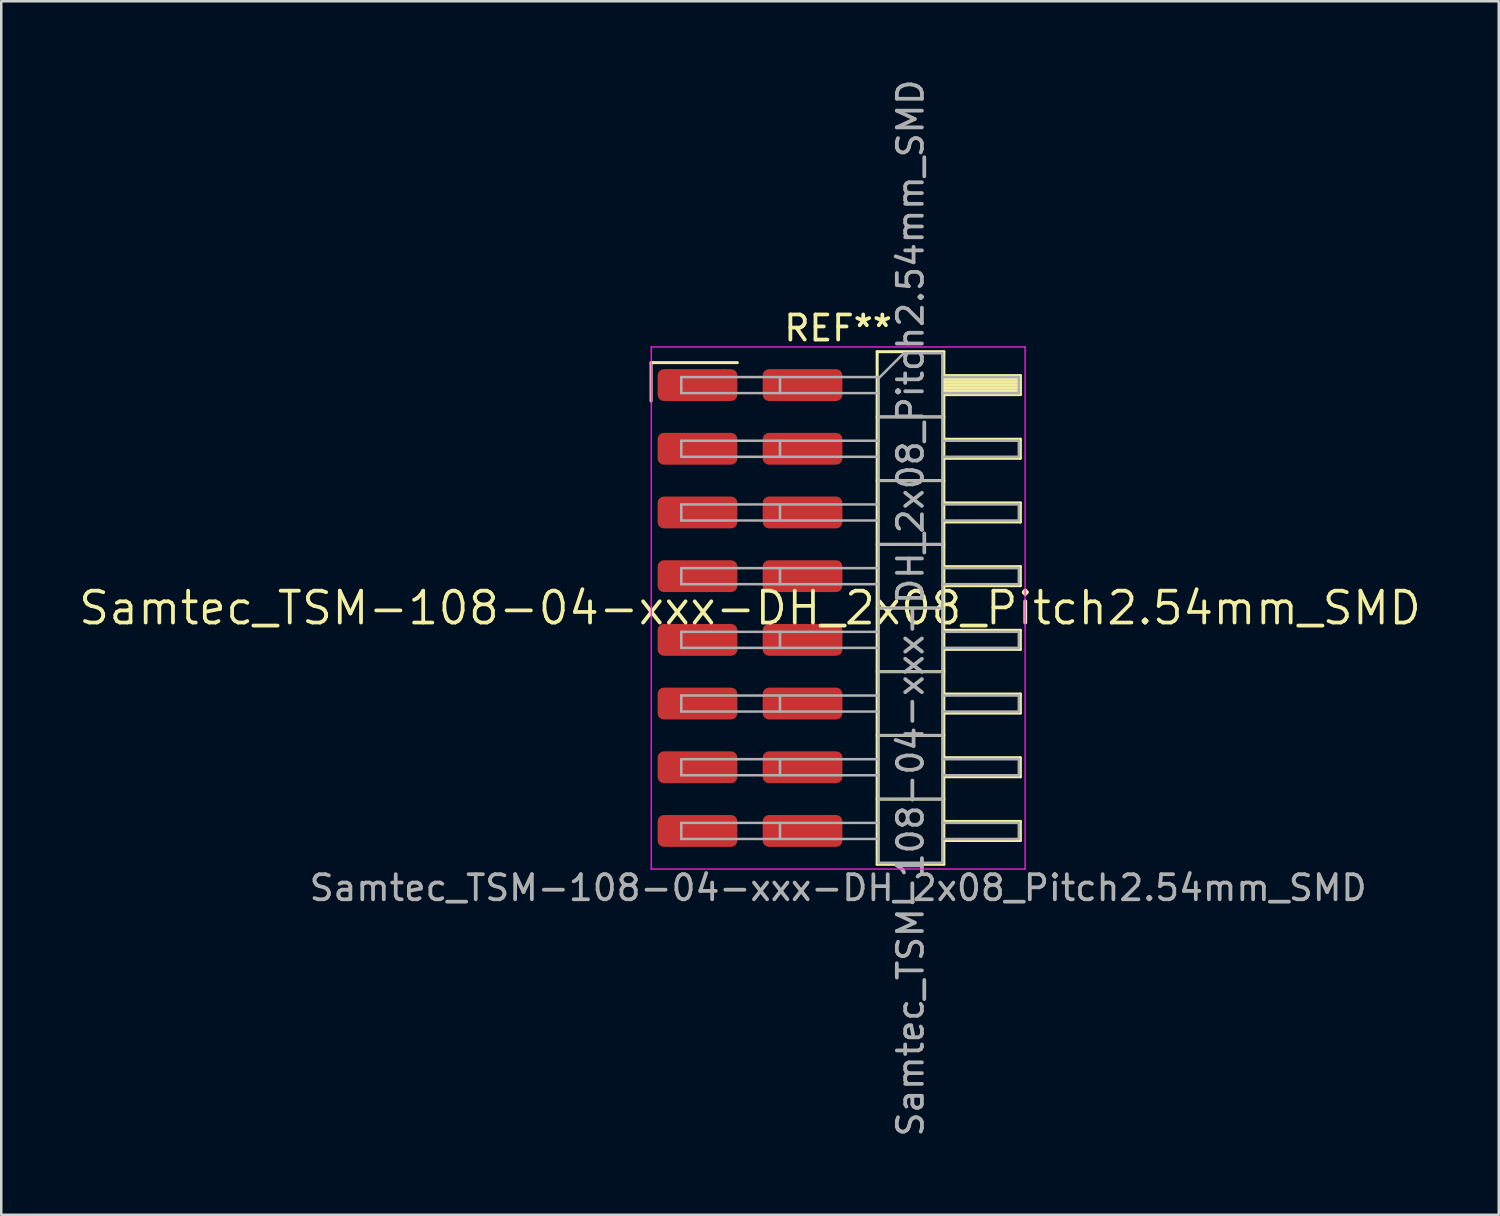
<source format=kicad_pcb>
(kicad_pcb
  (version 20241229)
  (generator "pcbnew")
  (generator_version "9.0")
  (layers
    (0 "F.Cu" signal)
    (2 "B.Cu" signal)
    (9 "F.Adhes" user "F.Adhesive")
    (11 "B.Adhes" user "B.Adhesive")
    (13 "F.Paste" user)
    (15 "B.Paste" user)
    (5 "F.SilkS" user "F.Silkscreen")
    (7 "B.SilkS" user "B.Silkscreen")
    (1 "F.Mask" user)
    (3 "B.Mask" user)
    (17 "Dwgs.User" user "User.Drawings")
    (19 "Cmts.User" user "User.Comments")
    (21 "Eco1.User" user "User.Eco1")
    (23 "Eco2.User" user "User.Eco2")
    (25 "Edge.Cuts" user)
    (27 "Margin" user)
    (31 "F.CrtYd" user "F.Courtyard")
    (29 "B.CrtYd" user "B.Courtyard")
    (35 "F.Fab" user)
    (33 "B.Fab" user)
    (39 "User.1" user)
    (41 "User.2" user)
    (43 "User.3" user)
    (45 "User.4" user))
  (footprint "Samtec_TSM-108-04-xxx-DH_2x08_Pitch2.54mm_SMD"
    (layer "F.Cu")
    (at 26.859 21.196)
    (property "Reference" "Samtec_TSM-108-04-xxx-DH_2x08_Pitch2.54mm_SMD" (at 0 0 0) (layer "F.SilkS") (effects (font (size 1.27 1.27) (thickness 0.15))))
    (attr smd)
    (fp_line (start -3.945 -9.785) (end -0.505 -9.785) (stroke (width 0.12) (type solid)) (layer "F.SilkS"))
    (fp_line (start -3.945 -8.255) (end -3.945 -9.785) (stroke (width 0.12) (type solid)) (layer "F.SilkS"))
    (fp_line (start 5.07 -10.22) (end 7.73 -10.22) (stroke (width 0.12) (type solid)) (layer "F.SilkS"))
    (fp_line (start 5.07 -7.62) (end 7.73 -7.62) (stroke (width 0.12) (type solid)) (layer "F.SilkS"))
    (fp_line (start 5.07 -5.08) (end 7.73 -5.08) (stroke (width 0.12) (type solid)) (layer "F.SilkS"))
    (fp_line (start 5.07 -2.54) (end 7.73 -2.54) (stroke (width 0.12) (type solid)) (layer "F.SilkS"))
    (fp_line (start 5.07 0) (end 7.73 0) (stroke (width 0.12) (type solid)) (layer "F.SilkS"))
    (fp_line (start 5.07 2.54) (end 7.73 2.54) (stroke (width 0.12) (type solid)) (layer "F.SilkS"))
    (fp_line (start 5.07 5.08) (end 7.73 5.08) (stroke (width 0.12) (type solid)) (layer "F.SilkS"))
    (fp_line (start 5.07 7.62) (end 7.73 7.62) (stroke (width 0.12) (type solid)) (layer "F.SilkS"))
    (fp_line (start 5.07 10.22) (end 5.07 -10.22) (stroke (width 0.12) (type solid)) (layer "F.SilkS"))
    (fp_line (start 7.73 -10.22) (end 7.73 10.22) (stroke (width 0.12) (type solid)) (layer "F.SilkS"))
    (fp_line (start 7.73 -9.27) (end 10.78 -9.27) (stroke (width 0.12) (type solid)) (layer "F.SilkS"))
    (fp_line (start 7.73 -9.15) (end 10.78 -9.15) (stroke (width 0.12) (type solid)) (layer "F.SilkS"))
    (fp_line (start 7.73 -9.03) (end 10.78 -9.03) (stroke (width 0.12) (type solid)) (layer "F.SilkS"))
    (fp_line (start 7.73 -8.91) (end 10.78 -8.91) (stroke (width 0.12) (type solid)) (layer "F.SilkS"))
    (fp_line (start 7.73 -8.79) (end 10.78 -8.79) (stroke (width 0.12) (type solid)) (layer "F.SilkS"))
    (fp_line (start 7.73 -8.67) (end 10.78 -8.67) (stroke (width 0.12) (type solid)) (layer "F.SilkS"))
    (fp_line (start 7.73 -8.55) (end 10.78 -8.55) (stroke (width 0.12) (type solid)) (layer "F.SilkS"))
    (fp_line (start 7.73 -8.51) (end 10.78 -8.51) (stroke (width 0.12) (type solid)) (layer "F.SilkS"))
    (fp_line (start 7.73 -6.73) (end 10.78 -6.73) (stroke (width 0.12) (type solid)) (layer "F.SilkS"))
    (fp_line (start 7.73 -5.97) (end 10.78 -5.97) (stroke (width 0.12) (type solid)) (layer "F.SilkS"))
    (fp_line (start 7.73 -4.19) (end 10.78 -4.19) (stroke (width 0.12) (type solid)) (layer "F.SilkS"))
    (fp_line (start 7.73 -3.43) (end 10.78 -3.43) (stroke (width 0.12) (type solid)) (layer "F.SilkS"))
    (fp_line (start 7.73 -1.65) (end 10.78 -1.65) (stroke (width 0.12) (type solid)) (layer "F.SilkS"))
    (fp_line (start 7.73 -0.89) (end 10.78 -0.89) (stroke (width 0.12) (type solid)) (layer "F.SilkS"))
    (fp_line (start 7.73 0.89) (end 10.78 0.89) (stroke (width 0.12) (type solid)) (layer "F.SilkS"))
    (fp_line (start 7.73 1.65) (end 10.78 1.65) (stroke (width 0.12) (type solid)) (layer "F.SilkS"))
    (fp_line (start 7.73 3.43) (end 10.78 3.43) (stroke (width 0.12) (type solid)) (layer "F.SilkS"))
    (fp_line (start 7.73 4.19) (end 10.78 4.19) (stroke (width 0.12) (type solid)) (layer "F.SilkS"))
    (fp_line (start 7.73 5.97) (end 10.78 5.97) (stroke (width 0.12) (type solid)) (layer "F.SilkS"))
    (fp_line (start 7.73 6.73) (end 10.78 6.73) (stroke (width 0.12) (type solid)) (layer "F.SilkS"))
    (fp_line (start 7.73 8.51) (end 10.78 8.51) (stroke (width 0.12) (type solid)) (layer "F.SilkS"))
    (fp_line (start 7.73 9.27) (end 10.78 9.27) (stroke (width 0.12) (type solid)) (layer "F.SilkS"))
    (fp_line (start 7.73 10.22) (end 5.07 10.22) (stroke (width 0.12) (type solid)) (layer "F.SilkS"))
    (fp_line (start 10.78 -9.27) (end 10.78 -8.51) (stroke (width 0.12) (type solid)) (layer "F.SilkS"))
    (fp_line (start 10.78 -6.73) (end 10.78 -5.97) (stroke (width 0.12) (type solid)) (layer "F.SilkS"))
    (fp_line (start 10.78 -4.19) (end 10.78 -3.43) (stroke (width 0.12) (type solid)) (layer "F.SilkS"))
    (fp_line (start 10.78 -1.65) (end 10.78 -0.89) (stroke (width 0.12) (type solid)) (layer "F.SilkS"))
    (fp_line (start 10.78 0.89) (end 10.78 1.65) (stroke (width 0.12) (type solid)) (layer "F.SilkS"))
    (fp_line (start 10.78 3.43) (end 10.78 4.19) (stroke (width 0.12) (type solid)) (layer "F.SilkS"))
    (fp_line (start 10.78 5.97) (end 10.78 6.73) (stroke (width 0.12) (type solid)) (layer "F.SilkS"))
    (fp_line (start 10.78 8.51) (end 10.78 9.27) (stroke (width 0.12) (type solid)) (layer "F.SilkS"))
    (fp_line (start -3.94 -10.41) (end 10.97 -10.41) (stroke (width 0.05) (type solid)) (layer "F.CrtYd"))
    (fp_line (start -3.94 10.41) (end -3.94 -10.41) (stroke (width 0.05) (type solid)) (layer "F.CrtYd"))
    (fp_line (start 10.97 -10.41) (end 10.97 10.41) (stroke (width 0.05) (type solid)) (layer "F.CrtYd"))
    (fp_line (start 10.97 10.41) (end -3.94 10.41) (stroke (width 0.05) (type solid)) (layer "F.CrtYd"))
    (fp_line (start -2.74 -9.21) (end -2.74 -8.57) (stroke (width 0.1) (type solid)) (layer "F.Fab"))
    (fp_line (start -2.74 -9.21) (end 5.13 -9.21) (stroke (width 0.1) (type solid)) (layer "F.Fab"))
    (fp_line (start -2.74 -8.57) (end 5.13 -8.57) (stroke (width 0.1) (type solid)) (layer "F.Fab"))
    (fp_line (start -2.74 -6.67) (end -2.74 -6.03) (stroke (width 0.1) (type solid)) (layer "F.Fab"))
    (fp_line (start -2.74 -6.67) (end 5.13 -6.67) (stroke (width 0.1) (type solid)) (layer "F.Fab"))
    (fp_line (start -2.74 -6.03) (end 5.13 -6.03) (stroke (width 0.1) (type solid)) (layer "F.Fab"))
    (fp_line (start -2.74 -4.13) (end -2.74 -3.49) (stroke (width 0.1) (type solid)) (layer "F.Fab"))
    (fp_line (start -2.74 -4.13) (end 5.13 -4.13) (stroke (width 0.1) (type solid)) (layer "F.Fab"))
    (fp_line (start -2.74 -3.49) (end 5.13 -3.49) (stroke (width 0.1) (type solid)) (layer "F.Fab"))
    (fp_line (start -2.74 -1.59) (end -2.74 -0.95) (stroke (width 0.1) (type solid)) (layer "F.Fab"))
    (fp_line (start -2.74 -1.59) (end 5.13 -1.59) (stroke (width 0.1) (type solid)) (layer "F.Fab"))
    (fp_line (start -2.74 -0.95) (end 5.13 -0.95) (stroke (width 0.1) (type solid)) (layer "F.Fab"))
    (fp_line (start -2.74 0.95) (end -2.74 1.59) (stroke (width 0.1) (type solid)) (layer "F.Fab"))
    (fp_line (start -2.74 0.95) (end 5.13 0.95) (stroke (width 0.1) (type solid)) (layer "F.Fab"))
    (fp_line (start -2.74 1.59) (end 5.13 1.59) (stroke (width 0.1) (type solid)) (layer "F.Fab"))
    (fp_line (start -2.74 3.49) (end -2.74 4.13) (stroke (width 0.1) (type solid)) (layer "F.Fab"))
    (fp_line (start -2.74 3.49) (end 5.13 3.49) (stroke (width 0.1) (type solid)) (layer "F.Fab"))
    (fp_line (start -2.74 4.13) (end 5.13 4.13) (stroke (width 0.1) (type solid)) (layer "F.Fab"))
    (fp_line (start -2.74 6.03) (end -2.74 6.67) (stroke (width 0.1) (type solid)) (layer "F.Fab"))
    (fp_line (start -2.74 6.03) (end 5.13 6.03) (stroke (width 0.1) (type solid)) (layer "F.Fab"))
    (fp_line (start -2.74 6.67) (end 5.13 6.67) (stroke (width 0.1) (type solid)) (layer "F.Fab"))
    (fp_line (start -2.74 8.57) (end -2.74 9.21) (stroke (width 0.1) (type solid)) (layer "F.Fab"))
    (fp_line (start -2.74 8.57) (end 5.13 8.57) (stroke (width 0.1) (type solid)) (layer "F.Fab"))
    (fp_line (start -2.74 9.21) (end 5.13 9.21) (stroke (width 0.1) (type solid)) (layer "F.Fab"))
    (fp_line (start 1.195 -9.21) (end 1.195 -8.57) (stroke (width 0.1) (type solid)) (layer "F.Fab"))
    (fp_line (start 1.195 -6.67) (end 1.195 -6.03) (stroke (width 0.1) (type solid)) (layer "F.Fab"))
    (fp_line (start 1.195 -4.13) (end 1.195 -3.49) (stroke (width 0.1) (type solid)) (layer "F.Fab"))
    (fp_line (start 1.195 -1.59) (end 1.195 -0.95) (stroke (width 0.1) (type solid)) (layer "F.Fab"))
    (fp_line (start 1.195 0.95) (end 1.195 1.59) (stroke (width 0.1) (type solid)) (layer "F.Fab"))
    (fp_line (start 1.195 3.49) (end 1.195 4.13) (stroke (width 0.1) (type solid)) (layer "F.Fab"))
    (fp_line (start 1.195 6.03) (end 1.195 6.67) (stroke (width 0.1) (type solid)) (layer "F.Fab"))
    (fp_line (start 1.195 8.57) (end 1.195 9.21) (stroke (width 0.1) (type solid)) (layer "F.Fab"))
    (fp_line (start 5.13 -9.16) (end 6.13 -10.16) (stroke (width 0.1) (type solid)) (layer "F.Fab"))
    (fp_line (start 5.13 -7.62) (end 7.67 -7.62) (stroke (width 0.1) (type solid)) (layer "F.Fab"))
    (fp_line (start 5.13 -5.08) (end 7.67 -5.08) (stroke (width 0.1) (type solid)) (layer "F.Fab"))
    (fp_line (start 5.13 -2.54) (end 7.67 -2.54) (stroke (width 0.1) (type solid)) (layer "F.Fab"))
    (fp_line (start 5.13 0) (end 7.67 0) (stroke (width 0.1) (type solid)) (layer "F.Fab"))
    (fp_line (start 5.13 2.54) (end 7.67 2.54) (stroke (width 0.1) (type solid)) (layer "F.Fab"))
    (fp_line (start 5.13 5.08) (end 7.67 5.08) (stroke (width 0.1) (type solid)) (layer "F.Fab"))
    (fp_line (start 5.13 7.62) (end 7.67 7.62) (stroke (width 0.1) (type solid)) (layer "F.Fab"))
    (fp_line (start 5.13 10.16) (end 5.13 -9.16) (stroke (width 0.1) (type solid)) (layer "F.Fab"))
    (fp_line (start 6.13 -10.16) (end 7.67 -10.16) (stroke (width 0.1) (type solid)) (layer "F.Fab"))
    (fp_line (start 7.67 -10.16) (end 7.67 10.16) (stroke (width 0.1) (type solid)) (layer "F.Fab"))
    (fp_line (start 7.67 -9.21) (end 10.72 -9.21) (stroke (width 0.1) (type solid)) (layer "F.Fab"))
    (fp_line (start 7.67 -8.57) (end 10.72 -8.57) (stroke (width 0.1) (type solid)) (layer "F.Fab"))
    (fp_line (start 7.67 -6.67) (end 10.72 -6.67) (stroke (width 0.1) (type solid)) (layer "F.Fab"))
    (fp_line (start 7.67 -6.03) (end 10.72 -6.03) (stroke (width 0.1) (type solid)) (layer "F.Fab"))
    (fp_line (start 7.67 -4.13) (end 10.72 -4.13) (stroke (width 0.1) (type solid)) (layer "F.Fab"))
    (fp_line (start 7.67 -3.49) (end 10.72 -3.49) (stroke (width 0.1) (type solid)) (layer "F.Fab"))
    (fp_line (start 7.67 -1.59) (end 10.72 -1.59) (stroke (width 0.1) (type solid)) (layer "F.Fab"))
    (fp_line (start 7.67 -0.95) (end 10.72 -0.95) (stroke (width 0.1) (type solid)) (layer "F.Fab"))
    (fp_line (start 7.67 0.95) (end 10.72 0.95) (stroke (width 0.1) (type solid)) (layer "F.Fab"))
    (fp_line (start 7.67 1.59) (end 10.72 1.59) (stroke (width 0.1) (type solid)) (layer "F.Fab"))
    (fp_line (start 7.67 3.49) (end 10.72 3.49) (stroke (width 0.1) (type solid)) (layer "F.Fab"))
    (fp_line (start 7.67 4.13) (end 10.72 4.13) (stroke (width 0.1) (type solid)) (layer "F.Fab"))
    (fp_line (start 7.67 6.03) (end 10.72 6.03) (stroke (width 0.1) (type solid)) (layer "F.Fab"))
    (fp_line (start 7.67 6.67) (end 10.72 6.67) (stroke (width 0.1) (type solid)) (layer "F.Fab"))
    (fp_line (start 7.67 8.57) (end 10.72 8.57) (stroke (width 0.1) (type solid)) (layer "F.Fab"))
    (fp_line (start 7.67 9.21) (end 10.72 9.21) (stroke (width 0.1) (type solid)) (layer "F.Fab"))
    (fp_line (start 7.67 10.16) (end 5.13 10.16) (stroke (width 0.1) (type solid)) (layer "F.Fab"))
    (fp_line (start 10.72 -9.21) (end 10.72 -8.57) (stroke (width 0.1) (type solid)) (layer "F.Fab"))
    (fp_line (start 10.72 -6.67) (end 10.72 -6.03) (stroke (width 0.1) (type solid)) (layer "F.Fab"))
    (fp_line (start 10.72 -4.13) (end 10.72 -3.49) (stroke (width 0.1) (type solid)) (layer "F.Fab"))
    (fp_line (start 10.72 -1.59) (end 10.72 -0.95) (stroke (width 0.1) (type solid)) (layer "F.Fab"))
    (fp_line (start 10.72 0.95) (end 10.72 1.59) (stroke (width 0.1) (type solid)) (layer "F.Fab"))
    (fp_line (start 10.72 3.49) (end 10.72 4.13) (stroke (width 0.1) (type solid)) (layer "F.Fab"))
    (fp_line (start 10.72 6.03) (end 10.72 6.67) (stroke (width 0.1) (type solid)) (layer "F.Fab"))
    (fp_line (start 10.72 8.57) (end 10.72 9.21) (stroke (width 0.1) (type solid)) (layer "F.Fab"))
    (fp_text user "REF**" (at 3.515 -11.16 0) (layer "F.SilkS") (effects (font (size 1 1) (thickness 0.15))))
    (fp_text user "${REFERENCE}" (at 6.4 0 90) (layer "F.Fab") (effects (font (size 1 1) (thickness 0.15))))
    (fp_text user "Samtec_TSM-108-04-xxx-DH_2x08_Pitch2.54mm_SMD" (at 3.515 11.16 0) (layer "F.Fab") (effects (font (size 1 1) (thickness 0.15))))
    (pad "1" smd roundrect (at -2.095 -8.89) (size 3.18 1.27) (layers "F.Cu" "F.Mask" "F.Paste") (roundrect_rratio 0.197))
    (pad "2" smd roundrect (at 2.095 -8.89) (size 3.18 1.27) (layers "F.Cu" "F.Mask" "F.Paste") (roundrect_rratio 0.197))
    (pad "3" smd roundrect (at -2.095 -6.35) (size 3.18 1.27) (layers "F.Cu" "F.Mask" "F.Paste") (roundrect_rratio 0.197))
    (pad "4" smd roundrect (at 2.095 -6.35) (size 3.18 1.27) (layers "F.Cu" "F.Mask" "F.Paste") (roundrect_rratio 0.197))
    (pad "5" smd roundrect (at -2.095 -3.81) (size 3.18 1.27) (layers "F.Cu" "F.Mask" "F.Paste") (roundrect_rratio 0.197))
    (pad "6" smd roundrect (at 2.095 -3.81) (size 3.18 1.27) (layers "F.Cu" "F.Mask" "F.Paste") (roundrect_rratio 0.197))
    (pad "7" smd roundrect (at -2.095 -1.27) (size 3.18 1.27) (layers "F.Cu" "F.Mask" "F.Paste") (roundrect_rratio 0.197))
    (pad "8" smd roundrect (at 2.095 -1.27) (size 3.18 1.27) (layers "F.Cu" "F.Mask" "F.Paste") (roundrect_rratio 0.197))
    (pad "9" smd roundrect (at -2.095 1.27) (size 3.18 1.27) (layers "F.Cu" "F.Mask" "F.Paste") (roundrect_rratio 0.197))
    (pad "10" smd roundrect (at 2.095 1.27) (size 3.18 1.27) (layers "F.Cu" "F.Mask" "F.Paste") (roundrect_rratio 0.197))
    (pad "11" smd roundrect (at -2.095 3.81) (size 3.18 1.27) (layers "F.Cu" "F.Mask" "F.Paste") (roundrect_rratio 0.197))
    (pad "12" smd roundrect (at 2.095 3.81) (size 3.18 1.27) (layers "F.Cu" "F.Mask" "F.Paste") (roundrect_rratio 0.197))
    (pad "13" smd roundrect (at -2.095 6.35) (size 3.18 1.27) (layers "F.Cu" "F.Mask" "F.Paste") (roundrect_rratio 0.197))
    (pad "14" smd roundrect (at 2.095 6.35) (size 3.18 1.27) (layers "F.Cu" "F.Mask" "F.Paste") (roundrect_rratio 0.197))
    (pad "15" smd roundrect (at -2.095 8.89) (size 3.18 1.27) (layers "F.Cu" "F.Mask" "F.Paste") (roundrect_rratio 0.197))
    (pad "16" smd roundrect (at 2.095 8.89) (size 3.18 1.27) (layers "F.Cu" "F.Mask" "F.Paste") (roundrect_rratio 0.197)))
  (gr_rect
    (start -3 -3)
    (end 56.717 45.393)
    (stroke (width 0.1) (type default))
    (fill no)
    (layer "Edge.Cuts")))
</source>
